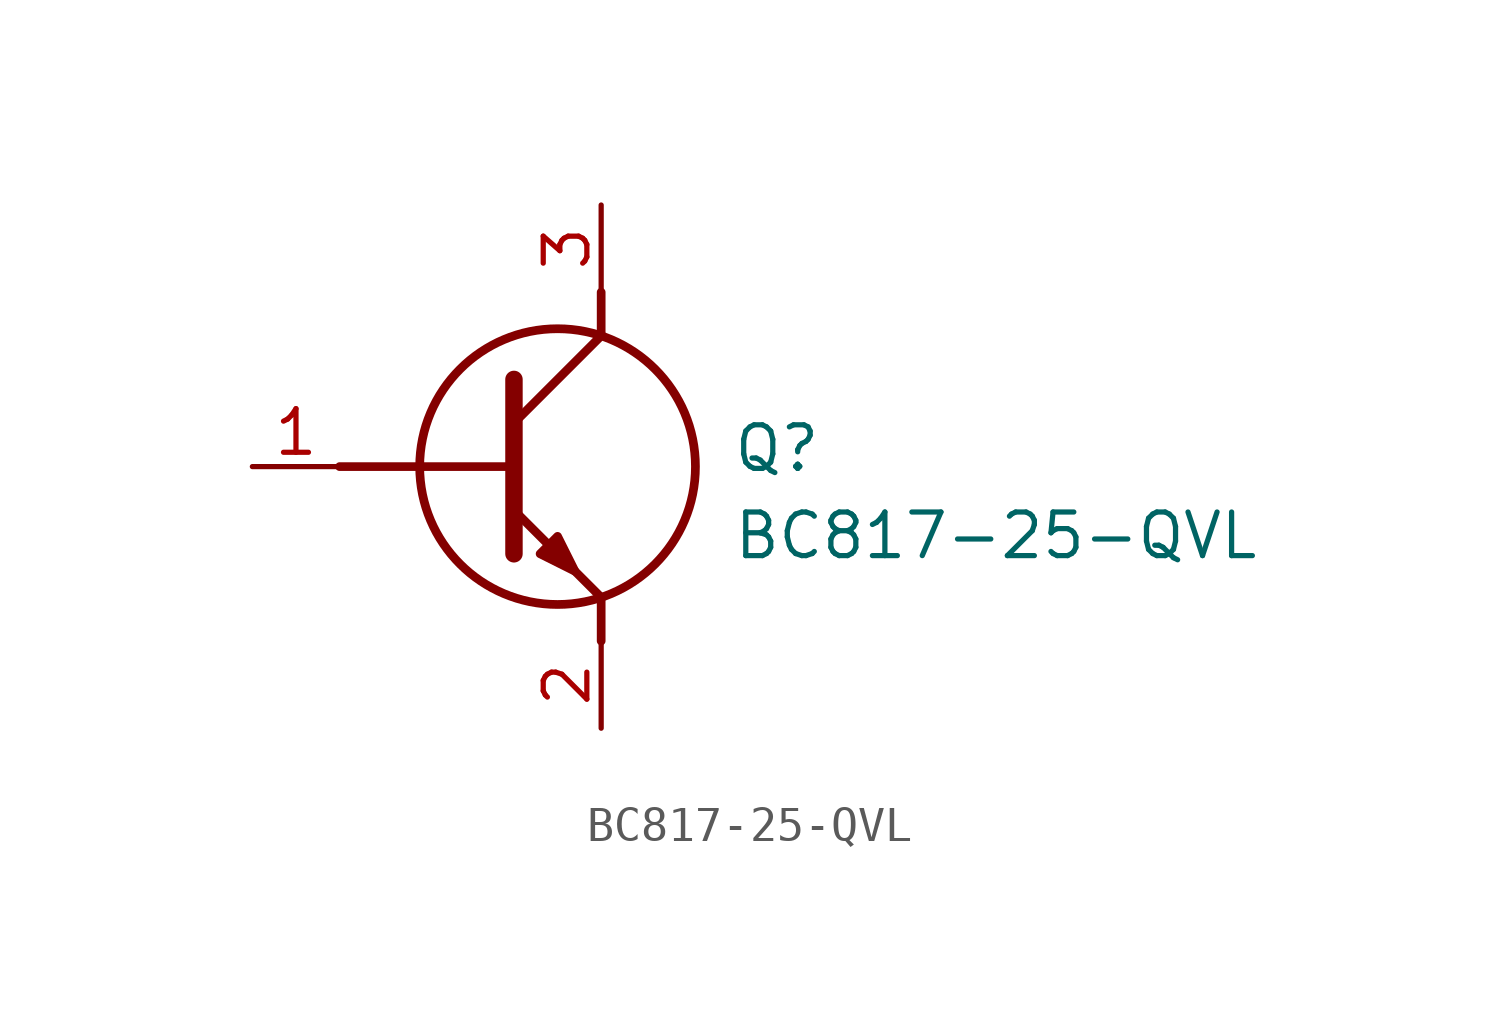
<source format=kicad_sym>
(kicad_symbol_lib
  (version 20211014)
  (generator SamacSys_ECAD_Model)
  (symbol "BC817-25-QVL"
    (pin_names hide)
    (property "Reference" "Q"
      (at 13.97 1.27 0)
      (effects (font (size 1.27 1.27)) (justify left top)))
    (property "Value" "BC817-25-QVL"
      (at 13.97 -1.27 0)
      (effects (font (size 1.27 1.27)) (justify left top)))
    (polyline
      (pts (xy 7.62 2.54) (xy 7.62 -2.54))
      (stroke (width 0.508) (type default))
      (fill (type none)))
    (polyline
      (pts (xy 7.62 1.27) (xy 10.16 3.81))
      (stroke (width 0.254) (type default))
      (fill (type none)))
    (polyline
      (pts (xy 7.62 -1.27) (xy 10.16 -3.81))
      (stroke (width 0.254) (type default))
      (fill (type none)))
    (polyline
      (pts (xy 10.16 -3.81) (xy 10.16 -5.08))
      (stroke (width 0.254) (type default))
      (fill (type none)))
    (polyline
      (pts (xy 10.16 3.81) (xy 10.16 5.08))
      (stroke (width 0.254) (type default))
      (fill (type none)))
    (polyline
      (pts (xy 2.54 0) (xy 7.62 0))
      (stroke (width 0.254) (type default))
      (fill (type none)))
    (circle
      (center 8.89 0)
      (radius 4.016)
      (stroke (width 0.254) (type default))
      (fill (type none)))
    (polyline
      (pts (xy 8.382 -2.54) (xy 8.89 -2.032) (xy 9.398 -3.048) (xy 8.382 -2.54))
      (stroke (width 0.254) (type default))
      (fill (type outline)))
    (pin passive line
      (at 0 0 0)
      (length 2.54)
      (name "B" (effects (font (size 1.27 1.27))))
      (number "1" (effects (font (size 1.27 1.27)))))
    (pin passive line
      (at 10.16 -7.62 90)
      (length 2.54)
      (name "E" (effects (font (size 1.27 1.27))))
      (number "2" (effects (font (size 1.27 1.27)))))
    (pin passive line
      (at 10.16 7.62 270)
      (length 2.54)
      (name "C" (effects (font (size 1.27 1.27))))
      (number "3" (effects (font (size 1.27 1.27)))))))
</source>
